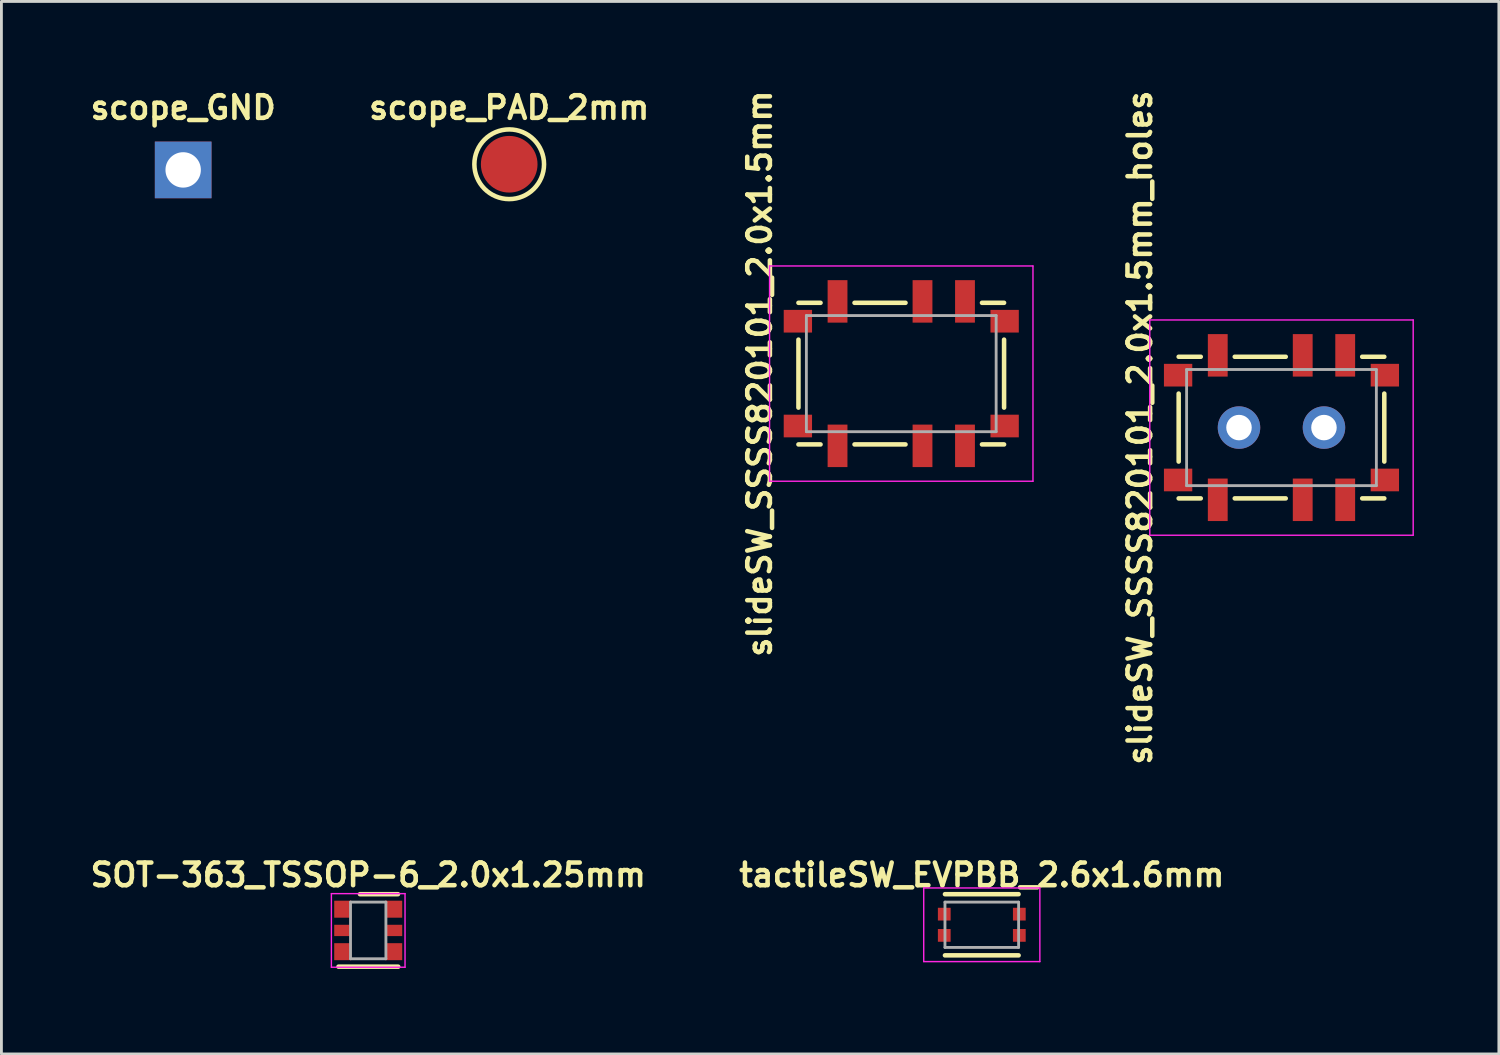
<source format=kicad_pcb>
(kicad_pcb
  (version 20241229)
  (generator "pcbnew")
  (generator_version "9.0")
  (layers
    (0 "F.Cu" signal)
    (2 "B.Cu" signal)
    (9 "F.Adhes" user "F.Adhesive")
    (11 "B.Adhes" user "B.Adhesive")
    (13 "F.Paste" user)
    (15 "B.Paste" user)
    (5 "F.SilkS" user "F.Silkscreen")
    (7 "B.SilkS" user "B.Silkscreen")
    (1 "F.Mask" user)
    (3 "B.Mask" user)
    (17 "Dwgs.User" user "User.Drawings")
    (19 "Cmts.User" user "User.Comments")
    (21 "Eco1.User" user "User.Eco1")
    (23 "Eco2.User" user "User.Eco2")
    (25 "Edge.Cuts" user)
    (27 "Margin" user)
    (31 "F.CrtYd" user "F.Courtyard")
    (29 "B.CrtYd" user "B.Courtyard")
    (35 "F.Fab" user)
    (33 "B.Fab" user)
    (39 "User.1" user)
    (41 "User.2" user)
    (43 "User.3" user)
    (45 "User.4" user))
  (footprint "scope_GND"
    (layer "F.Cu")
    (at 3.417 2.949)
    (property "Reference" "scope_GND" (at 0 -2.2 0) (layer "F.SilkS") (effects (font (size 0.8 0.8) (thickness 0.16))))
    (attr through_hole)
    (pad "1" thru_hole rect (at 0 0) (size 2 2) (drill 1.25) (layers "*.Cu" "*.Mask")))
  (footprint "scope_PAD_2mm"
    (layer "F.Cu")
    (at 14.928 2.749)
    (property "Reference" "scope_PAD_2mm" (at 0 -2 0) (layer "F.SilkS") (effects (font (size 0.8 0.8) (thickness 0.16))))
    (attr through_hole)
    (fp_circle (center 0 0) (end 1.23 0) (stroke (width 0.16) (type solid)) (fill no) (layer "F.SilkS"))
    (pad "1" smd circle (at 0 0) (size 2 2) (layers "F.Cu" "F.Mask")))
  (footprint "slideSW_SSSS820101_2.0x1.5mm"
    (layer "F.Cu")
    (at 28.77 10.141)
    (property "Reference" "slideSW_SSSS820101_2.0x1.5mm" (at -5 0 90) (layer "F.SilkS") (effects (font (size 0.8 0.8) (thickness 0.16))))
    (attr through_hole)
    (fp_line (start -3.63 -2.5) (end -2.85 -2.5) (stroke (width 0.16) (type solid)) (layer "F.SilkS"))
    (fp_line (start -3.63 1.2) (end -3.63 -1.2) (stroke (width 0.16) (type solid)) (layer "F.SilkS"))
    (fp_line (start -3.63 2.5) (end -2.85 2.5) (stroke (width 0.16) (type solid)) (layer "F.SilkS"))
    (fp_line (start 0.15 -2.5) (end -1.65 -2.5) (stroke (width 0.16) (type solid)) (layer "F.SilkS"))
    (fp_line (start 0.15 2.5) (end -1.65 2.5) (stroke (width 0.16) (type solid)) (layer "F.SilkS"))
    (fp_line (start 3.63 -2.5) (end 2.85 -2.5) (stroke (width 0.16) (type solid)) (layer "F.SilkS"))
    (fp_line (start 3.63 -1.2) (end 3.63 1.2) (stroke (width 0.16) (type solid)) (layer "F.SilkS"))
    (fp_line (start 3.63 2.5) (end 2.85 2.5) (stroke (width 0.16) (type solid)) (layer "F.SilkS"))
    (fp_line (start -4.65 -3.8) (end 4.65 -3.8) (stroke (width 0.05) (type solid)) (layer "F.CrtYd"))
    (fp_line (start -4.65 3.8) (end -4.65 -3.8) (stroke (width 0.05) (type solid)) (layer "F.CrtYd"))
    (fp_line (start 4.65 -3.8) (end 4.65 3.8) (stroke (width 0.05) (type solid)) (layer "F.CrtYd"))
    (fp_line (start 4.65 3.8) (end -4.65 3.8) (stroke (width 0.05) (type solid)) (layer "F.CrtYd"))
    (fp_line (start -3.35 -2.05) (end 3.35 -2.05) (stroke (width 0.1) (type solid)) (layer "F.Fab"))
    (fp_line (start -3.35 2.05) (end -3.35 -2.05) (stroke (width 0.1) (type solid)) (layer "F.Fab"))
    (fp_line (start 3.35 -2.05) (end 3.35 2.05) (stroke (width 0.1) (type solid)) (layer "F.Fab"))
    (fp_line (start 3.35 2.05) (end -3.35 2.05) (stroke (width 0.1) (type solid)) (layer "F.Fab"))
    (pad "1" smd rect (at -2.25 -2.55) (size 0.7 1.5) (layers "F.Cu" "F.Mask" "F.Paste"))
    (pad "2" smd rect (at 0.75 -2.55) (size 0.7 1.5) (layers "F.Cu" "F.Mask" "F.Paste"))
    (pad "3" smd rect (at 2.25 -2.55) (size 0.7 1.5) (layers "F.Cu" "F.Mask" "F.Paste"))
    (pad "4" smd rect (at -2.25 2.55) (size 0.7 1.5) (layers "F.Cu" "F.Mask" "F.Paste"))
    (pad "5" smd rect (at 0.75 2.55) (size 0.7 1.5) (layers "F.Cu" "F.Mask" "F.Paste"))
    (pad "6" smd rect (at 2.25 2.55) (size 0.7 1.5) (layers "F.Cu" "F.Mask" "F.Paste"))
    (pad "MP" smd rect (at -3.65 -1.85) (size 1 0.8) (layers "F.Cu" "F.Mask" "F.Paste"))
    (pad "MP" smd rect (at -3.65 1.85) (size 1 0.8) (layers "F.Cu" "F.Mask" "F.Paste"))
    (pad "MP" smd rect (at 3.65 -1.85) (size 1 0.8) (layers "F.Cu" "F.Mask" "F.Paste"))
    (pad "MP" smd rect (at 3.65 1.85) (size 1 0.8) (layers "F.Cu" "F.Mask" "F.Paste")))
  (footprint "slideSW_SSSS820101_2.0x1.5mm_holes"
    (layer "F.Cu")
    (at 42.194 12.046)
    (property "Reference" "slideSW_SSSS820101_2.0x1.5mm_holes" (at -5 0 90) (layer "F.SilkS") (effects (font (size 0.8 0.8) (thickness 0.16))))
    (attr through_hole)
    (fp_line (start -3.63 -2.5) (end -2.85 -2.5) (stroke (width 0.16) (type solid)) (layer "F.SilkS"))
    (fp_line (start -3.63 1.2) (end -3.63 -1.2) (stroke (width 0.16) (type solid)) (layer "F.SilkS"))
    (fp_line (start -3.63 2.5) (end -2.85 2.5) (stroke (width 0.16) (type solid)) (layer "F.SilkS"))
    (fp_line (start 0.15 -2.5) (end -1.65 -2.5) (stroke (width 0.16) (type solid)) (layer "F.SilkS"))
    (fp_line (start 0.15 2.5) (end -1.65 2.5) (stroke (width 0.16) (type solid)) (layer "F.SilkS"))
    (fp_line (start 3.63 -2.5) (end 2.85 -2.5) (stroke (width 0.16) (type solid)) (layer "F.SilkS"))
    (fp_line (start 3.63 -1.2) (end 3.63 1.2) (stroke (width 0.16) (type solid)) (layer "F.SilkS"))
    (fp_line (start 3.63 2.5) (end 2.85 2.5) (stroke (width 0.16) (type solid)) (layer "F.SilkS"))
    (fp_line (start -4.65 -3.8) (end 4.65 -3.8) (stroke (width 0.05) (type solid)) (layer "F.CrtYd"))
    (fp_line (start -4.65 3.8) (end -4.65 -3.8) (stroke (width 0.05) (type solid)) (layer "F.CrtYd"))
    (fp_line (start 4.65 -3.8) (end 4.65 3.8) (stroke (width 0.05) (type solid)) (layer "F.CrtYd"))
    (fp_line (start 4.65 3.8) (end -4.65 3.8) (stroke (width 0.05) (type solid)) (layer "F.CrtYd"))
    (fp_line (start -3.35 -2.05) (end 3.35 -2.05) (stroke (width 0.1) (type solid)) (layer "F.Fab"))
    (fp_line (start -3.35 2.05) (end -3.35 -2.05) (stroke (width 0.1) (type solid)) (layer "F.Fab"))
    (fp_line (start 3.35 -2.05) (end 3.35 2.05) (stroke (width 0.1) (type solid)) (layer "F.Fab"))
    (fp_line (start 3.35 2.05) (end -3.35 2.05) (stroke (width 0.1) (type solid)) (layer "F.Fab"))
    (pad "1" smd rect (at 2.25 -2.55) (size 0.7 1.5) (layers "F.Cu" "F.Mask" "F.Paste"))
    (pad "2" smd rect (at 0.75 -2.55) (size 0.7 1.5) (layers "F.Cu" "F.Mask" "F.Paste"))
    (pad "3" smd rect (at -2.25 -2.55) (size 0.7 1.5) (layers "F.Cu" "F.Mask" "F.Paste"))
    (pad "4" smd rect (at 2.25 2.55) (size 0.7 1.5) (layers "F.Cu" "F.Mask" "F.Paste"))
    (pad "5" smd rect (at 0.75 2.55) (size 0.7 1.5) (layers "F.Cu" "F.Mask" "F.Paste"))
    (pad "6" smd rect (at -2.25 2.55) (size 0.7 1.5) (layers "F.Cu" "F.Mask" "F.Paste"))
    (pad "MP" smd rect (at -3.65 -1.85) (size 1 0.8) (layers "F.Cu" "F.Mask" "F.Paste"))
    (pad "MP" smd rect (at -3.65 1.85) (size 1 0.8) (layers "F.Cu" "F.Mask" "F.Paste"))
    (pad "MP" thru_hole circle (at -1.5 0) (size 1.5 1.5) (drill 0.9) (layers "*.Cu" "*.Mask"))
    (pad "MP" thru_hole circle (at 1.5 0) (size 1.5 1.5) (drill 0.9) (layers "*.Cu" "*.Mask"))
    (pad "MP" smd rect (at 3.65 -1.85) (size 1 0.8) (layers "F.Cu" "F.Mask" "F.Paste"))
    (pad "MP" smd rect (at 3.65 1.85) (size 1 0.8) (layers "F.Cu" "F.Mask" "F.Paste")))
  (footprint "SOT-363_TSSOP-6_2.0x1.25mm"
    (layer "F.Cu")
    (at 9.95 29.8)
    (property "Reference" "SOT-363_TSSOP-6_2.0x1.25mm" (at 0 -1.96 0) (layer "F.SilkS") (effects (font (size 0.8 0.8) (thickness 0.16))))
    (attr through_hole)
    (fp_line (start -1.05 1.28) (end 1.06 1.28) (stroke (width 0.16) (type solid)) (layer "F.SilkS"))
    (fp_line (start 1.05 -1.28) (end -0.29 -1.28) (stroke (width 0.16) (type solid)) (layer "F.SilkS"))
    (fp_line (start -1.3 -1.3) (end 1.3 -1.3) (stroke (width 0.05) (type solid)) (layer "F.CrtYd"))
    (fp_line (start -1.3 1.3) (end -1.3 -1.3) (stroke (width 0.05) (type solid)) (layer "F.CrtYd"))
    (fp_line (start 1.3 -1.3) (end 1.3 1.3) (stroke (width 0.05) (type solid)) (layer "F.CrtYd"))
    (fp_line (start 1.3 1.3) (end -1.3 1.3) (stroke (width 0.05) (type solid)) (layer "F.CrtYd"))
    (fp_line (start -0.625 -1) (end 0.625 -1) (stroke (width 0.1) (type solid)) (layer "F.Fab"))
    (fp_line (start -0.625 1) (end -0.625 -1) (stroke (width 0.1) (type solid)) (layer "F.Fab"))
    (fp_line (start 0.625 -1) (end 0.625 1) (stroke (width 0.1) (type solid)) (layer "F.Fab"))
    (fp_line (start 0.625 1) (end -0.625 1) (stroke (width 0.1) (type solid)) (layer "F.Fab"))
    (pad "1" smd rect (at -0.9 -0.75) (size 0.6 0.6) (layers "F.Cu" "F.Mask" "F.Paste"))
    (pad "2" smd rect (at -0.9 0) (size 0.6 0.4) (layers "F.Cu" "F.Mask" "F.Paste"))
    (pad "3" smd rect (at -0.9 0.75) (size 0.6 0.6) (layers "F.Cu" "F.Mask" "F.Paste"))
    (pad "4" smd rect (at 0.9 0.75) (size 0.6 0.6) (layers "F.Cu" "F.Mask" "F.Paste"))
    (pad "5" smd rect (at 0.9 0) (size 0.6 0.4) (layers "F.Cu" "F.Mask" "F.Paste"))
    (pad "6" smd rect (at 0.9 -0.75) (size 0.6 0.6) (layers "F.Cu" "F.Mask" "F.Paste")))
  (footprint "tactileSW_EVPBB_2.6x1.6mm"
    (layer "F.Cu")
    (at 31.613 29.6)
    (property "Reference" "tactileSW_EVPBB_2.6x1.6mm" (at 0 -1.76 0) (layer "F.SilkS") (effects (font (size 0.8 0.8) (thickness 0.16))))
    (attr through_hole)
    (fp_line (start -1.3 -1.08) (end 1.3 -1.08) (stroke (width 0.16) (type solid)) (layer "F.SilkS"))
    (fp_line (start 1.3 1.08) (end -1.3 1.08) (stroke (width 0.16) (type solid)) (layer "F.SilkS"))
    (fp_line (start -2.05 -1.3) (end -2.05 1.3) (stroke (width 0.05) (type solid)) (layer "F.CrtYd"))
    (fp_line (start -2.05 -1.3) (end 2.05 -1.3) (stroke (width 0.05) (type solid)) (layer "F.CrtYd"))
    (fp_line (start 2.05 1.3) (end -2.05 1.3) (stroke (width 0.05) (type solid)) (layer "F.CrtYd"))
    (fp_line (start 2.05 1.3) (end 2.05 -1.3) (stroke (width 0.05) (type solid)) (layer "F.CrtYd"))
    (fp_line (start -1.3 -0.8) (end -1.3 0.8) (stroke (width 0.1) (type solid)) (layer "F.Fab"))
    (fp_line (start -1.3 -0.8) (end 1.3 -0.8) (stroke (width 0.1) (type solid)) (layer "F.Fab"))
    (fp_line (start 1.3 0.8) (end -1.3 0.8) (stroke (width 0.1) (type solid)) (layer "F.Fab"))
    (fp_line (start 1.3 0.8) (end 1.3 -0.8) (stroke (width 0.1) (type solid)) (layer "F.Fab"))
    (pad "1" smd rect (at -1.325 -0.375) (size 0.45 0.45) (layers "F.Cu" "F.Mask" "F.Paste"))
    (pad "2" smd rect (at 1.325 -0.375) (size 0.45 0.45) (layers "F.Cu" "F.Mask" "F.Paste"))
    (pad "3" smd rect (at -1.325 0.375) (size 0.45 0.45) (layers "F.Cu" "F.Mask" "F.Paste"))
    (pad "4" smd rect (at 1.325 0.375) (size 0.45 0.45) (layers "F.Cu" "F.Mask" "F.Paste")))
  (gr_rect
    (start -3 -3)
    (end 49.869 34.16)
    (stroke (width 0.1) (type default))
    (fill no)
    (layer "Edge.Cuts")))
</source>
